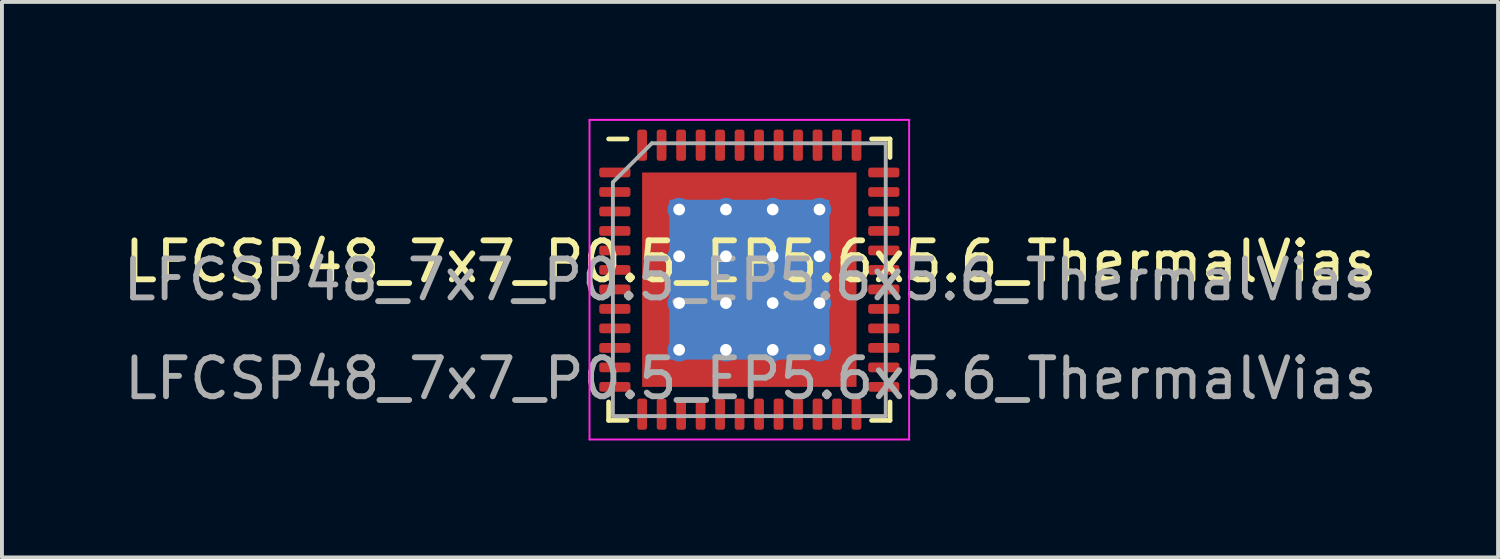
<source format=kicad_pcb>
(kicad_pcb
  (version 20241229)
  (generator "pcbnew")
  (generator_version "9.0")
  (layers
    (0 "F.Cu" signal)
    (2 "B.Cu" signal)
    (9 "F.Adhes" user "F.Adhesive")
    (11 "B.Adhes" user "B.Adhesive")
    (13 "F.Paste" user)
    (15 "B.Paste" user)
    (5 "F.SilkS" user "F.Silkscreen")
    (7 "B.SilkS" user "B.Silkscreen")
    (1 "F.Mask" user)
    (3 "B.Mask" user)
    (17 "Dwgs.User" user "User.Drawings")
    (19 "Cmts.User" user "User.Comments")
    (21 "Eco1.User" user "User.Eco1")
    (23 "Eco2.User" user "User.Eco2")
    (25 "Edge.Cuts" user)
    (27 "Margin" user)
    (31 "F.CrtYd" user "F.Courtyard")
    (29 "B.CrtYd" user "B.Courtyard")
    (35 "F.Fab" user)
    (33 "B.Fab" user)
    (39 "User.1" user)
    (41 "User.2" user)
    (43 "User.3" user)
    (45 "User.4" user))
  (footprint "LFCSP48_7x7_P0.5_EP5.6x5.6_ThermalVias"
    (layer "F.Cu")
    (at 16.173 4.125)
    (property "Reference" "LFCSP48_7x7_P0.5_EP5.6x5.6_ThermalVias" (at 0.036 -0.464 0) (unlocked yes) (layer "F.SilkS") (effects (font (size 1 1) (thickness 0.15))))
    (attr smd)
    (fp_line (start -3.61 3.61) (end -3.61 3.135) (stroke (width 0.12) (type solid)) (layer "F.SilkS"))
    (fp_line (start -3.135 -3.61) (end -3.61 -3.61) (stroke (width 0.12) (type solid)) (layer "F.SilkS"))
    (fp_line (start -3.135 3.61) (end -3.61 3.61) (stroke (width 0.12) (type solid)) (layer "F.SilkS"))
    (fp_line (start 3.135 -3.61) (end 3.61 -3.61) (stroke (width 0.12) (type solid)) (layer "F.SilkS"))
    (fp_line (start 3.135 3.61) (end 3.61 3.61) (stroke (width 0.12) (type solid)) (layer "F.SilkS"))
    (fp_line (start 3.61 -3.61) (end 3.61 -3.135) (stroke (width 0.12) (type solid)) (layer "F.SilkS"))
    (fp_line (start 3.61 3.61) (end 3.61 3.135) (stroke (width 0.12) (type solid)) (layer "F.SilkS"))
    (fp_line (start -4.1 -4.1) (end -4.1 4.1) (stroke (width 0.05) (type solid)) (layer "F.CrtYd"))
    (fp_line (start -4.1 4.1) (end 4.1 4.1) (stroke (width 0.05) (type solid)) (layer "F.CrtYd"))
    (fp_line (start 4.1 -4.1) (end -4.1 -4.1) (stroke (width 0.05) (type solid)) (layer "F.CrtYd"))
    (fp_line (start 4.1 4.1) (end 4.1 -4.1) (stroke (width 0.05) (type solid)) (layer "F.CrtYd"))
    (fp_line (start -3.5 -2.5) (end -2.5 -3.5) (stroke (width 0.1) (type solid)) (layer "F.Fab"))
    (fp_line (start -3.5 3.5) (end -3.5 -2.5) (stroke (width 0.1) (type solid)) (layer "F.Fab"))
    (fp_line (start -2.5 -3.5) (end 3.5 -3.5) (stroke (width 0.1) (type solid)) (layer "F.Fab"))
    (fp_line (start 3.5 -3.5) (end 3.5 3.5) (stroke (width 0.1) (type solid)) (layer "F.Fab"))
    (fp_line (start 3.5 3.5) (end -3.5 3.5) (stroke (width 0.1) (type solid)) (layer "F.Fab"))
    (fp_text user "${REFERENCE}" (at 0 0 0) (layer "F.Fab") (effects (font (size 1 1) (thickness 0.15))))
    (fp_text user "${REFERENCE}" (at 0.036 2.536 0) (unlocked yes) (layer "F.Fab") (effects (font (size 1 1) (thickness 0.15))))
    (pad "" smd roundrect (at -1.37 -1.37) (size 1.14 1.14) (layers "F.Paste") (roundrect_rratio 0.219))
    (pad "" smd roundrect (at -1.37 0) (size 1.14 1.14) (layers "F.Paste") (roundrect_rratio 0.219))
    (pad "" smd roundrect (at -1.37 1.37) (size 1.14 1.14) (layers "F.Paste") (roundrect_rratio 0.219))
    (pad "" smd roundrect (at 0 -1.37) (size 1.14 1.14) (layers "F.Paste") (roundrect_rratio 0.219))
    (pad "" smd roundrect (at 0 0) (size 1.14 1.14) (layers "F.Paste") (roundrect_rratio 0.219))
    (pad "" smd roundrect (at 0 1.37) (size 1.14 1.14) (layers "F.Paste") (roundrect_rratio 0.219))
    (pad "" smd roundrect (at 1.37 -1.37) (size 1.14 1.14) (layers "F.Paste") (roundrect_rratio 0.219))
    (pad "" smd roundrect (at 1.37 0) (size 1.14 1.14) (layers "F.Paste") (roundrect_rratio 0.219))
    (pad "" smd roundrect (at 1.37 1.37) (size 1.14 1.14) (layers "F.Paste") (roundrect_rratio 0.219))
    (pad "1" smd roundrect (at -3.45 -2.75) (size 0.8 0.25) (layers "F.Cu" "F.Mask" "F.Paste") (roundrect_rratio 0.25))
    (pad "2" smd roundrect (at -3.45 -2.25) (size 0.8 0.25) (layers "F.Cu" "F.Mask" "F.Paste") (roundrect_rratio 0.25))
    (pad "3" smd roundrect (at -3.45 -1.75) (size 0.8 0.25) (layers "F.Cu" "F.Mask" "F.Paste") (roundrect_rratio 0.25))
    (pad "4" smd roundrect (at -3.45 -1.25) (size 0.8 0.25) (layers "F.Cu" "F.Mask" "F.Paste") (roundrect_rratio 0.25))
    (pad "5" smd roundrect (at -3.45 -0.75) (size 0.8 0.25) (layers "F.Cu" "F.Mask" "F.Paste") (roundrect_rratio 0.25))
    (pad "6" smd roundrect (at -3.45 -0.25) (size 0.8 0.25) (layers "F.Cu" "F.Mask" "F.Paste") (roundrect_rratio 0.25))
    (pad "7" smd roundrect (at -3.45 0.25) (size 0.8 0.25) (layers "F.Cu" "F.Mask" "F.Paste") (roundrect_rratio 0.25))
    (pad "8" smd roundrect (at -3.45 0.75) (size 0.8 0.25) (layers "F.Cu" "F.Mask" "F.Paste") (roundrect_rratio 0.25))
    (pad "9" smd roundrect (at -3.45 1.25) (size 0.8 0.25) (layers "F.Cu" "F.Mask" "F.Paste") (roundrect_rratio 0.25))
    (pad "10" smd roundrect (at -3.45 1.75) (size 0.8 0.25) (layers "F.Cu" "F.Mask" "F.Paste") (roundrect_rratio 0.25))
    (pad "11" smd roundrect (at -3.45 2.25) (size 0.8 0.25) (layers "F.Cu" "F.Mask" "F.Paste") (roundrect_rratio 0.25))
    (pad "12" smd roundrect (at -3.45 2.75) (size 0.8 0.25) (layers "F.Cu" "F.Mask" "F.Paste") (roundrect_rratio 0.25))
    (pad "13" smd roundrect (at -2.75 3.45) (size 0.25 0.8) (layers "F.Cu" "F.Mask" "F.Paste") (roundrect_rratio 0.25))
    (pad "14" smd roundrect (at -2.25 3.45) (size 0.25 0.8) (layers "F.Cu" "F.Mask" "F.Paste") (roundrect_rratio 0.25))
    (pad "15" smd roundrect (at -1.75 3.45) (size 0.25 0.8) (layers "F.Cu" "F.Mask" "F.Paste") (roundrect_rratio 0.25))
    (pad "16" smd roundrect (at -1.25 3.45) (size 0.25 0.8) (layers "F.Cu" "F.Mask" "F.Paste") (roundrect_rratio 0.25))
    (pad "17" smd roundrect (at -0.75 3.45) (size 0.25 0.8) (layers "F.Cu" "F.Mask" "F.Paste") (roundrect_rratio 0.25))
    (pad "18" smd roundrect (at -0.25 3.45) (size 0.25 0.8) (layers "F.Cu" "F.Mask" "F.Paste") (roundrect_rratio 0.25))
    (pad "19" smd roundrect (at 0.25 3.45) (size 0.25 0.8) (layers "F.Cu" "F.Mask" "F.Paste") (roundrect_rratio 0.25))
    (pad "20" smd roundrect (at 0.75 3.45) (size 0.25 0.8) (layers "F.Cu" "F.Mask" "F.Paste") (roundrect_rratio 0.25))
    (pad "21" smd roundrect (at 1.25 3.45) (size 0.25 0.8) (layers "F.Cu" "F.Mask" "F.Paste") (roundrect_rratio 0.25))
    (pad "22" smd roundrect (at 1.75 3.45) (size 0.25 0.8) (layers "F.Cu" "F.Mask" "F.Paste") (roundrect_rratio 0.25))
    (pad "23" smd roundrect (at 2.25 3.45) (size 0.25 0.8) (layers "F.Cu" "F.Mask" "F.Paste") (roundrect_rratio 0.25))
    (pad "24" smd roundrect (at 2.75 3.45) (size 0.25 0.8) (layers "F.Cu" "F.Mask" "F.Paste") (roundrect_rratio 0.25))
    (pad "25" smd roundrect (at 3.45 2.75) (size 0.8 0.25) (layers "F.Cu" "F.Mask" "F.Paste") (roundrect_rratio 0.25))
    (pad "26" smd roundrect (at 3.45 2.25) (size 0.8 0.25) (layers "F.Cu" "F.Mask" "F.Paste") (roundrect_rratio 0.25))
    (pad "27" smd roundrect (at 3.45 1.75) (size 0.8 0.25) (layers "F.Cu" "F.Mask" "F.Paste") (roundrect_rratio 0.25))
    (pad "28" smd roundrect (at 3.45 1.25) (size 0.8 0.25) (layers "F.Cu" "F.Mask" "F.Paste") (roundrect_rratio 0.25))
    (pad "29" smd roundrect (at 3.45 0.75) (size 0.8 0.25) (layers "F.Cu" "F.Mask" "F.Paste") (roundrect_rratio 0.25))
    (pad "30" smd roundrect (at 3.45 0.25) (size 0.8 0.25) (layers "F.Cu" "F.Mask" "F.Paste") (roundrect_rratio 0.25))
    (pad "31" smd roundrect (at 3.45 -0.25) (size 0.8 0.25) (layers "F.Cu" "F.Mask" "F.Paste") (roundrect_rratio 0.25))
    (pad "32" smd roundrect (at 3.45 -0.75) (size 0.8 0.25) (layers "F.Cu" "F.Mask" "F.Paste") (roundrect_rratio 0.25))
    (pad "33" smd roundrect (at 3.45 -1.25) (size 0.8 0.25) (layers "F.Cu" "F.Mask" "F.Paste") (roundrect_rratio 0.25))
    (pad "34" smd roundrect (at 3.45 -1.75) (size 0.8 0.25) (layers "F.Cu" "F.Mask" "F.Paste") (roundrect_rratio 0.25))
    (pad "35" smd roundrect (at 3.45 -2.25) (size 0.8 0.25) (layers "F.Cu" "F.Mask" "F.Paste") (roundrect_rratio 0.25))
    (pad "36" smd roundrect (at 3.45 -2.75) (size 0.8 0.25) (layers "F.Cu" "F.Mask" "F.Paste") (roundrect_rratio 0.25))
    (pad "37" smd roundrect (at 2.75 -3.45) (size 0.25 0.8) (layers "F.Cu" "F.Mask" "F.Paste") (roundrect_rratio 0.25))
    (pad "38" smd roundrect (at 2.25 -3.45) (size 0.25 0.8) (layers "F.Cu" "F.Mask" "F.Paste") (roundrect_rratio 0.25))
    (pad "39" smd roundrect (at 1.75 -3.45) (size 0.25 0.8) (layers "F.Cu" "F.Mask" "F.Paste") (roundrect_rratio 0.25))
    (pad "40" smd roundrect (at 1.25 -3.45) (size 0.25 0.8) (layers "F.Cu" "F.Mask" "F.Paste") (roundrect_rratio 0.25))
    (pad "41" smd roundrect (at 0.75 -3.45) (size 0.25 0.8) (layers "F.Cu" "F.Mask" "F.Paste") (roundrect_rratio 0.25))
    (pad "42" smd roundrect (at 0.25 -3.45) (size 0.25 0.8) (layers "F.Cu" "F.Mask" "F.Paste") (roundrect_rratio 0.25))
    (pad "43" smd roundrect (at -0.25 -3.45) (size 0.25 0.8) (layers "F.Cu" "F.Mask" "F.Paste") (roundrect_rratio 0.25))
    (pad "44" smd roundrect (at -0.75 -3.45) (size 0.25 0.8) (layers "F.Cu" "F.Mask" "F.Paste") (roundrect_rratio 0.25))
    (pad "45" smd roundrect (at -1.25 -3.45) (size 0.25 0.8) (layers "F.Cu" "F.Mask" "F.Paste") (roundrect_rratio 0.25))
    (pad "46" smd roundrect (at -1.75 -3.45) (size 0.25 0.8) (layers "F.Cu" "F.Mask" "F.Paste") (roundrect_rratio 0.25))
    (pad "47" smd roundrect (at -2.25 -3.45) (size 0.25 0.8) (layers "F.Cu" "F.Mask" "F.Paste") (roundrect_rratio 0.25))
    (pad "48" smd roundrect (at -2.75 -3.45) (size 0.25 0.8) (layers "F.Cu" "F.Mask" "F.Paste") (roundrect_rratio 0.25))
    (pad "49" thru_hole circle (at -1.8 -1.8) (size 0.6 0.6) (drill 0.3) (layers "*.Cu"))
    (pad "49" thru_hole circle (at -1.8 -0.6) (size 0.6 0.6) (drill 0.3) (layers "*.Cu"))
    (pad "49" thru_hole circle (at -1.8 0.6) (size 0.6 0.6) (drill 0.3) (layers "*.Cu"))
    (pad "49" thru_hole circle (at -1.8 1.8) (size 0.6 0.6) (drill 0.3) (layers "*.Cu"))
    (pad "49" thru_hole circle (at -0.6 -1.8) (size 0.6 0.6) (drill 0.3) (layers "*.Cu"))
    (pad "49" thru_hole circle (at -0.6 -0.6) (size 0.6 0.6) (drill 0.3) (layers "*.Cu"))
    (pad "49" thru_hole circle (at -0.6 0.6) (size 0.6 0.6) (drill 0.3) (layers "*.Cu"))
    (pad "49" thru_hole circle (at -0.6 1.8) (size 0.6 0.6) (drill 0.3) (layers "*.Cu"))
    (pad "49" smd rect (at 0 0) (size 4.1 4.1) (layers "B.Cu"))
    (pad "49" smd rect (at 0 0) (size 5.5 5.5) (layers "F.Cu" "F.Mask"))
    (pad "49" thru_hole circle (at 0.6 -1.8) (size 0.6 0.6) (drill 0.3) (layers "*.Cu"))
    (pad "49" thru_hole circle (at 0.6 -0.6) (size 0.6 0.6) (drill 0.3) (layers "*.Cu"))
    (pad "49" thru_hole circle (at 0.6 0.6) (size 0.6 0.6) (drill 0.3) (layers "*.Cu"))
    (pad "49" thru_hole circle (at 0.6 1.8) (size 0.6 0.6) (drill 0.3) (layers "*.Cu"))
    (pad "49" thru_hole circle (at 1.8 -1.8) (size 0.6 0.6) (drill 0.3) (layers "*.Cu"))
    (pad "49" thru_hole circle (at 1.8 -0.6) (size 0.6 0.6) (drill 0.3) (layers "*.Cu"))
    (pad "49" thru_hole circle (at 1.8 0.6) (size 0.6 0.6) (drill 0.3) (layers "*.Cu"))
    (pad "49" thru_hole circle (at 1.8 1.8) (size 0.6 0.6) (drill 0.3) (layers "*.Cu")))
  (gr_rect
    (start -3 -3)
    (end 35.381 11.25)
    (stroke (width 0.1) (type default))
    (fill no)
    (layer "Edge.Cuts")))
</source>
